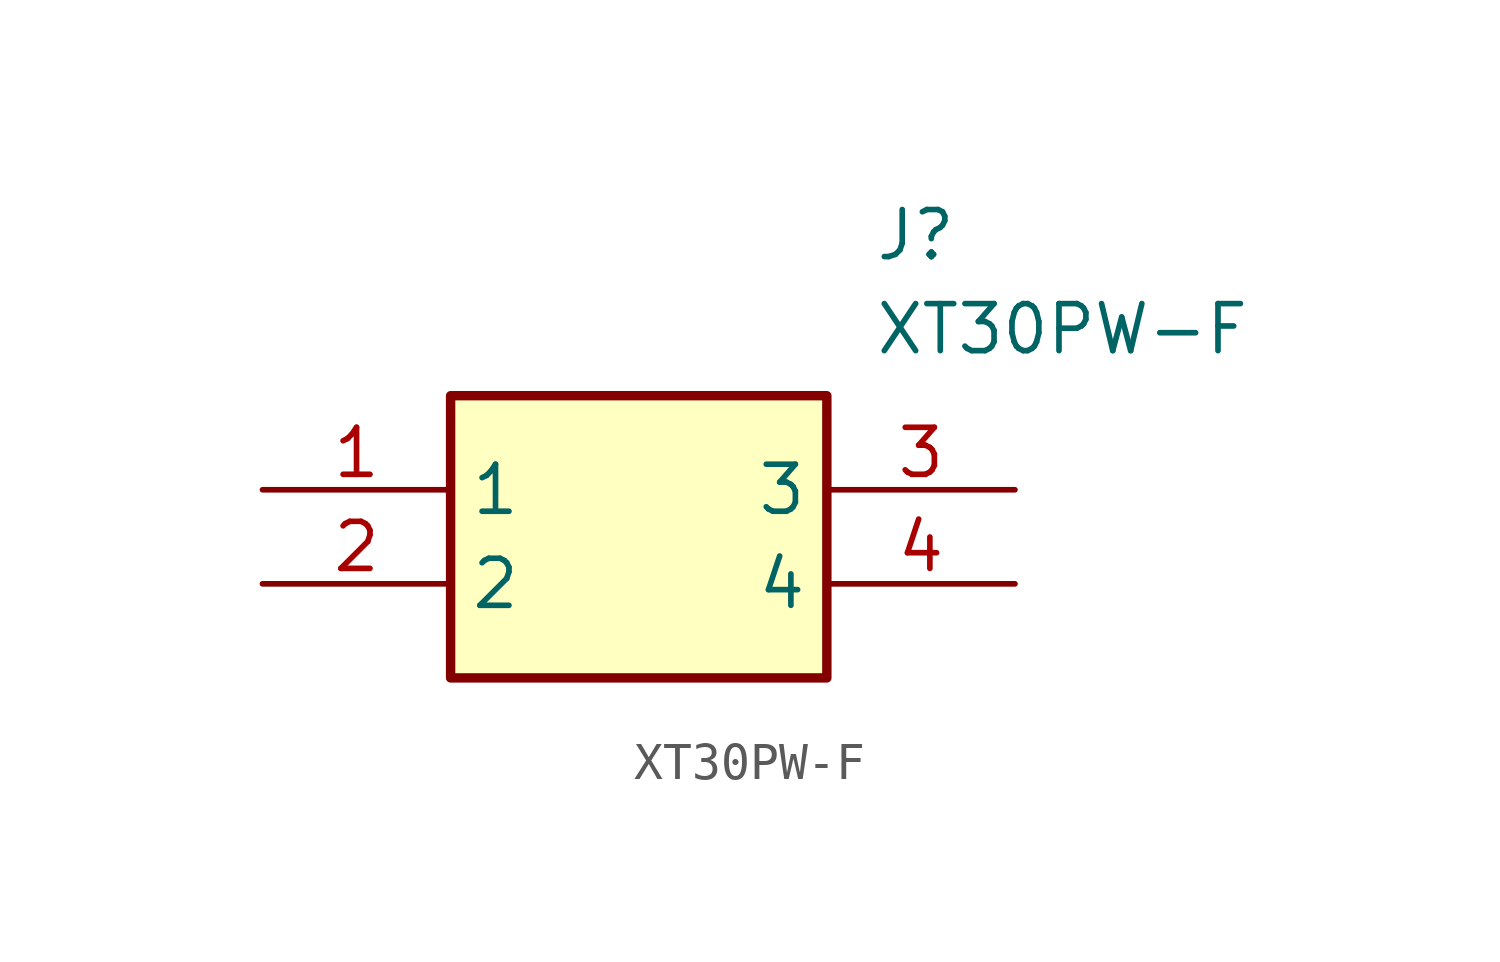
<source format=kicad_sym>
(kicad_symbol_lib
  (version 20211014)
  (generator SamacSys_ECAD_Model)
  (symbol "XT30PW-F"
    (property "Reference" "J"
      (at 16.51 7.62 0)
      (effects (font (size 1.27 1.27)) (justify left top)))
    (property "Value" "XT30PW-F"
      (at 16.51 5.08 0)
      (effects (font (size 1.27 1.27)) (justify left top)))
    (rectangle
      (start 5.08 2.54)
      (end 15.24 -5.08)
      (stroke (width 0.254) (type default))
      (fill (type background)))
    (pin passive line
      (at 0 0 0)
      (length 5.08)
      (name "1" (effects (font (size 1.27 1.27))))
      (number "1" (effects (font (size 1.27 1.27)))))
    (pin passive line
      (at 0 -2.54 0)
      (length 5.08)
      (name "2" (effects (font (size 1.27 1.27))))
      (number "2" (effects (font (size 1.27 1.27)))))
    (pin passive line
      (at 20.32 0 180)
      (length 5.08)
      (name "3" (effects (font (size 1.27 1.27))))
      (number "3" (effects (font (size 1.27 1.27)))))
    (pin passive line
      (at 20.32 -2.54 180)
      (length 5.08)
      (name "4" (effects (font (size 1.27 1.27))))
      (number "4" (effects (font (size 1.27 1.27)))))))
</source>
